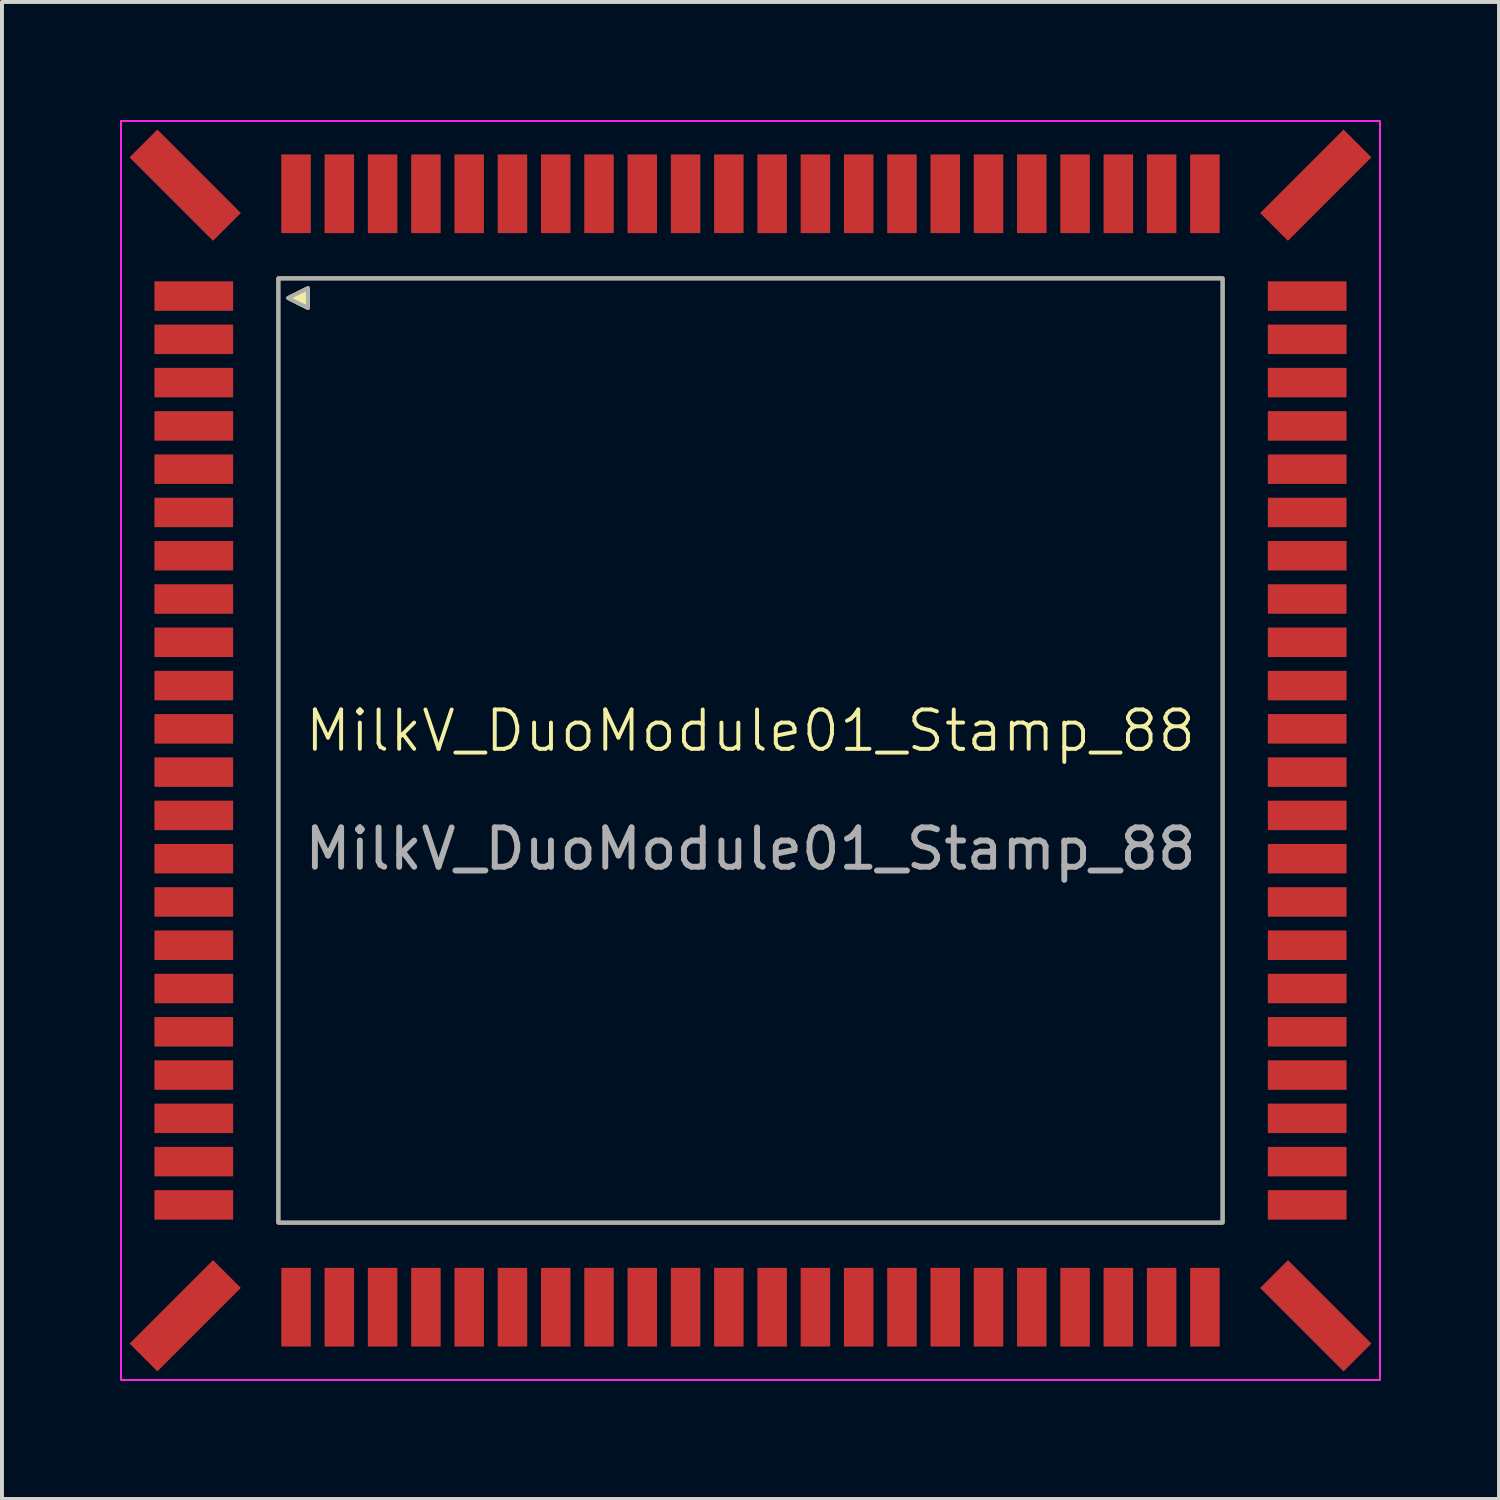
<source format=kicad_pcb>
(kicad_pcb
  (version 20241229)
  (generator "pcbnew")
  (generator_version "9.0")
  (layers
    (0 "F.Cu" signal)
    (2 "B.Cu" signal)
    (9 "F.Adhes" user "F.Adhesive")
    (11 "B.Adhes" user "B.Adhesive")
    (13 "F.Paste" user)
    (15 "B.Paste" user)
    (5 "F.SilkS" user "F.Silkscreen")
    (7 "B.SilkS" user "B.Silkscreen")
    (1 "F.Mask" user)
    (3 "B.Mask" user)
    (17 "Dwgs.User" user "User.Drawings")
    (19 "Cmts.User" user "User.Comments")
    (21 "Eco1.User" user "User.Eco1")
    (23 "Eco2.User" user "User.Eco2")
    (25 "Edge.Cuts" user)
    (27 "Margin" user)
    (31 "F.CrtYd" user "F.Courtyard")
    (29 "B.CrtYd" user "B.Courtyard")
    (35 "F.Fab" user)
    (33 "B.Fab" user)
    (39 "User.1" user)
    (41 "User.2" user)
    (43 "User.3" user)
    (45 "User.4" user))
  (footprint "MilkV_DuoModule01_Stamp_88"
    (layer "F.Cu")
    (at 16.025 16.025)
    (property "Reference" "MilkV_DuoModule01_Stamp_88" (at 0 -0.5 0) (unlocked yes) (layer "F.SilkS") (effects (font (size 1 1) (thickness 0.1))))
    (attr smd)
    (fp_rect (start -12 -12) (end 12 12) (stroke (width 0.1) (type default)) (fill no) (layer "F.SilkS"))
    (fp_poly (pts (xy -11.75 -11.5) (xy -11.25 -11.75) (xy -11.25 -11.25)) (stroke (width 0.1) (type solid)) (fill yes) (layer "F.SilkS"))
    (fp_rect (start -16 -16) (end 16 16) (stroke (width 0.05) (type default)) (fill no) (layer "F.CrtYd"))
    (fp_rect (start -12 -12) (end 12 12) (stroke (width 0.1) (type default)) (fill no) (layer "F.Fab"))
    (fp_poly (pts (xy -11.75 -11.5) (xy -11.25 -11.75) (xy -11.25 -11.25)) (stroke (width 0.1) (type solid)) (fill no) (layer "F.Fab"))
    (fp_text user "${REFERENCE}" (at 0 2.5 0) (unlocked yes) (layer "F.Fab") (effects (font (size 1 1) (thickness 0.15))))
    (pad "1" smd roundrect (at -14.15 -11.55) (size 2 0.75) (layers "F.Cu" "F.Mask" "F.Paste") (roundrect_rratio 0) (chamfer_ratio 0.2) (chamfer))
    (pad "2" smd rect (at -14.15 -10.45) (size 2 0.75) (layers "F.Cu" "F.Mask" "F.Paste"))
    (pad "3" smd rect (at -14.15 -9.35) (size 2 0.75) (layers "F.Cu" "F.Mask" "F.Paste"))
    (pad "4" smd rect (at -14.15 -8.25) (size 2 0.75) (layers "F.Cu" "F.Mask" "F.Paste"))
    (pad "5" smd rect (at -14.15 -7.15) (size 2 0.75) (layers "F.Cu" "F.Mask" "F.Paste"))
    (pad "6" smd rect (at -14.15 -6.05) (size 2 0.75) (layers "F.Cu" "F.Mask" "F.Paste"))
    (pad "7" smd rect (at -14.15 -4.95) (size 2 0.75) (layers "F.Cu" "F.Mask" "F.Paste"))
    (pad "8" smd rect (at -14.15 -3.85) (size 2 0.75) (layers "F.Cu" "F.Mask" "F.Paste"))
    (pad "9" smd rect (at -14.15 -2.75) (size 2 0.75) (layers "F.Cu" "F.Mask" "F.Paste"))
    (pad "10" smd rect (at -14.15 -1.65) (size 2 0.75) (layers "F.Cu" "F.Mask" "F.Paste"))
    (pad "11" smd rect (at -14.15 -0.55) (size 2 0.75) (layers "F.Cu" "F.Mask" "F.Paste"))
    (pad "12" smd rect (at -14.15 0.55) (size 2 0.75) (layers "F.Cu" "F.Mask" "F.Paste"))
    (pad "13" smd rect (at -14.15 1.65) (size 2 0.75) (layers "F.Cu" "F.Mask" "F.Paste"))
    (pad "14" smd rect (at -14.15 2.75) (size 2 0.75) (layers "F.Cu" "F.Mask" "F.Paste"))
    (pad "15" smd rect (at -14.15 3.85) (size 2 0.75) (layers "F.Cu" "F.Mask" "F.Paste"))
    (pad "16" smd rect (at -14.15 4.95) (size 2 0.75) (layers "F.Cu" "F.Mask" "F.Paste"))
    (pad "17" smd rect (at -14.15 6.05) (size 2 0.75) (layers "F.Cu" "F.Mask" "F.Paste"))
    (pad "18" smd rect (at -14.15 7.15) (size 2 0.75) (layers "F.Cu" "F.Mask" "F.Paste"))
    (pad "19" smd rect (at -14.15 8.25) (size 2 0.75) (layers "F.Cu" "F.Mask" "F.Paste"))
    (pad "20" smd rect (at -14.15 9.35) (size 2 0.75) (layers "F.Cu" "F.Mask" "F.Paste"))
    (pad "21" smd rect (at -14.15 10.45) (size 2 0.75) (layers "F.Cu" "F.Mask" "F.Paste"))
    (pad "22" smd rect (at -14.15 11.55) (size 2 0.75) (layers "F.Cu" "F.Mask" "F.Paste"))
    (pad "23" smd rect (at -11.55 14.15 90) (size 2 0.75) (layers "F.Cu" "F.Mask" "F.Paste"))
    (pad "24" smd rect (at -10.45 14.15 90) (size 2 0.75) (layers "F.Cu" "F.Mask" "F.Paste"))
    (pad "25" smd rect (at -9.35 14.15 90) (size 2 0.75) (layers "F.Cu" "F.Mask" "F.Paste"))
    (pad "26" smd rect (at -8.25 14.15 90) (size 2 0.75) (layers "F.Cu" "F.Mask" "F.Paste"))
    (pad "27" smd rect (at -7.15 14.15 90) (size 2 0.75) (layers "F.Cu" "F.Mask" "F.Paste"))
    (pad "28" smd rect (at -6.05 14.15 90) (size 2 0.75) (layers "F.Cu" "F.Mask" "F.Paste"))
    (pad "29" smd rect (at -4.95 14.15 90) (size 2 0.75) (layers "F.Cu" "F.Mask" "F.Paste"))
    (pad "30" smd rect (at -3.85 14.15 90) (size 2 0.75) (layers "F.Cu" "F.Mask" "F.Paste"))
    (pad "31" smd rect (at -2.75 14.15 90) (size 2 0.75) (layers "F.Cu" "F.Mask" "F.Paste"))
    (pad "32" smd rect (at -1.65 14.15 90) (size 2 0.75) (layers "F.Cu" "F.Mask" "F.Paste"))
    (pad "33" smd rect (at -0.55 14.15 90) (size 2 0.75) (layers "F.Cu" "F.Mask" "F.Paste"))
    (pad "34" smd rect (at 0.55 14.15 90) (size 2 0.75) (layers "F.Cu" "F.Mask" "F.Paste"))
    (pad "35" smd rect (at 1.65 14.15 90) (size 2 0.75) (layers "F.Cu" "F.Mask" "F.Paste"))
    (pad "36" smd rect (at 2.75 14.15 90) (size 2 0.75) (layers "F.Cu" "F.Mask" "F.Paste"))
    (pad "37" smd rect (at 3.85 14.15 90) (size 2 0.75) (layers "F.Cu" "F.Mask" "F.Paste"))
    (pad "38" smd rect (at 4.95 14.15 90) (size 2 0.75) (layers "F.Cu" "F.Mask" "F.Paste"))
    (pad "39" smd rect (at 6.05 14.15 90) (size 2 0.75) (layers "F.Cu" "F.Mask" "F.Paste"))
    (pad "40" smd rect (at 7.15 14.15 90) (size 2 0.75) (layers "F.Cu" "F.Mask" "F.Paste"))
    (pad "41" smd rect (at 8.25 14.15 90) (size 2 0.75) (layers "F.Cu" "F.Mask" "F.Paste"))
    (pad "42" smd rect (at 9.35 14.15 90) (size 2 0.75) (layers "F.Cu" "F.Mask" "F.Paste"))
    (pad "43" smd rect (at 10.45 14.15 90) (size 2 0.75) (layers "F.Cu" "F.Mask" "F.Paste"))
    (pad "44" smd rect (at 11.55 14.15 90) (size 2 0.75) (layers "F.Cu" "F.Mask" "F.Paste"))
    (pad "45" smd rect (at 14.15 11.55 180) (size 2 0.75) (layers "F.Cu" "F.Mask" "F.Paste"))
    (pad "46" smd rect (at 14.15 10.45 180) (size 2 0.75) (layers "F.Cu" "F.Mask" "F.Paste"))
    (pad "47" smd rect (at 14.15 9.35 180) (size 2 0.75) (layers "F.Cu" "F.Mask" "F.Paste"))
    (pad "48" smd rect (at 14.15 8.25 180) (size 2 0.75) (layers "F.Cu" "F.Mask" "F.Paste"))
    (pad "49" smd rect (at 14.15 7.15 180) (size 2 0.75) (layers "F.Cu" "F.Mask" "F.Paste"))
    (pad "50" smd rect (at 14.15 6.05 180) (size 2 0.75) (layers "F.Cu" "F.Mask" "F.Paste"))
    (pad "51" smd rect (at 14.15 4.95 180) (size 2 0.75) (layers "F.Cu" "F.Mask" "F.Paste"))
    (pad "52" smd rect (at 14.15 3.85 180) (size 2 0.75) (layers "F.Cu" "F.Mask" "F.Paste"))
    (pad "53" smd rect (at 14.15 2.75 180) (size 2 0.75) (layers "F.Cu" "F.Mask" "F.Paste"))
    (pad "54" smd rect (at 14.15 1.65 180) (size 2 0.75) (layers "F.Cu" "F.Mask" "F.Paste"))
    (pad "55" smd rect (at 14.15 0.55 180) (size 2 0.75) (layers "F.Cu" "F.Mask" "F.Paste"))
    (pad "56" smd rect (at 14.15 -0.55 180) (size 2 0.75) (layers "F.Cu" "F.Mask" "F.Paste"))
    (pad "57" smd rect (at 14.15 -1.65 180) (size 2 0.75) (layers "F.Cu" "F.Mask" "F.Paste"))
    (pad "58" smd rect (at 14.15 -2.75 180) (size 2 0.75) (layers "F.Cu" "F.Mask" "F.Paste"))
    (pad "59" smd rect (at 14.15 -3.85 180) (size 2 0.75) (layers "F.Cu" "F.Mask" "F.Paste"))
    (pad "60" smd rect (at 14.15 -4.95 180) (size 2 0.75) (layers "F.Cu" "F.Mask" "F.Paste"))
    (pad "61" smd rect (at 14.15 -6.05 180) (size 2 0.75) (layers "F.Cu" "F.Mask" "F.Paste"))
    (pad "62" smd rect (at 14.15 -7.15 180) (size 2 0.75) (layers "F.Cu" "F.Mask" "F.Paste"))
    (pad "63" smd rect (at 14.15 -8.25 180) (size 2 0.75) (layers "F.Cu" "F.Mask" "F.Paste"))
    (pad "64" smd rect (at 14.15 -9.35 180) (size 2 0.75) (layers "F.Cu" "F.Mask" "F.Paste"))
    (pad "65" smd rect (at 14.15 -10.45 180) (size 2 0.75) (layers "F.Cu" "F.Mask" "F.Paste"))
    (pad "66" smd rect (at 14.15 -11.55 180) (size 2 0.75) (layers "F.Cu" "F.Mask" "F.Paste"))
    (pad "67" smd rect (at 11.55 -14.15 270) (size 2 0.75) (layers "F.Cu" "F.Mask" "F.Paste"))
    (pad "68" smd rect (at 10.45 -14.15 270) (size 2 0.75) (layers "F.Cu" "F.Mask" "F.Paste"))
    (pad "69" smd rect (at 9.35 -14.15 270) (size 2 0.75) (layers "F.Cu" "F.Mask" "F.Paste"))
    (pad "70" smd rect (at 8.25 -14.15 270) (size 2 0.75) (layers "F.Cu" "F.Mask" "F.Paste"))
    (pad "71" smd rect (at 7.15 -14.15 270) (size 2 0.75) (layers "F.Cu" "F.Mask" "F.Paste"))
    (pad "72" smd rect (at 6.05 -14.15 270) (size 2 0.75) (layers "F.Cu" "F.Mask" "F.Paste"))
    (pad "73" smd rect (at 4.95 -14.15 270) (size 2 0.75) (layers "F.Cu" "F.Mask" "F.Paste"))
    (pad "74" smd rect (at 3.85 -14.15 270) (size 2 0.75) (layers "F.Cu" "F.Mask" "F.Paste"))
    (pad "75" smd rect (at 2.75 -14.15 270) (size 2 0.75) (layers "F.Cu" "F.Mask" "F.Paste"))
    (pad "76" smd rect (at 1.65 -14.15 270) (size 2 0.75) (layers "F.Cu" "F.Mask" "F.Paste"))
    (pad "77" smd rect (at 0.55 -14.15 270) (size 2 0.75) (layers "F.Cu" "F.Mask" "F.Paste"))
    (pad "78" smd rect (at -0.55 -14.15 270) (size 2 0.75) (layers "F.Cu" "F.Mask" "F.Paste"))
    (pad "79" smd rect (at -1.65 -14.15 270) (size 2 0.75) (layers "F.Cu" "F.Mask" "F.Paste"))
    (pad "80" smd rect (at -2.75 -14.15 270) (size 2 0.75) (layers "F.Cu" "F.Mask" "F.Paste"))
    (pad "81" smd rect (at -3.85 -14.15 270) (size 2 0.75) (layers "F.Cu" "F.Mask" "F.Paste"))
    (pad "82" smd rect (at -4.95 -14.15 270) (size 2 0.75) (layers "F.Cu" "F.Mask" "F.Paste"))
    (pad "83" smd rect (at -6.05 -14.15 270) (size 2 0.75) (layers "F.Cu" "F.Mask" "F.Paste"))
    (pad "84" smd rect (at -7.15 -14.15 270) (size 2 0.75) (layers "F.Cu" "F.Mask" "F.Paste"))
    (pad "85" smd rect (at -8.25 -14.15 270) (size 2 0.75) (layers "F.Cu" "F.Mask" "F.Paste"))
    (pad "86" smd rect (at -9.35 -14.15 270) (size 2 0.75) (layers "F.Cu" "F.Mask" "F.Paste"))
    (pad "87" smd rect (at -10.45 -14.15 270) (size 2 0.75) (layers "F.Cu" "F.Mask" "F.Paste"))
    (pad "88" smd rect (at -11.55 -14.15 270) (size 2 0.75) (layers "F.Cu" "F.Mask" "F.Paste"))
    (pad "89" smd rect (at -14.368 -14.368 315) (size 3 1) (layers "F.Cu" "F.Mask" "F.Paste"))
    (pad "89" smd rect (at -14.368 14.368 45) (size 3 1) (layers "F.Cu" "F.Mask" "F.Paste"))
    (pad "89" smd rect (at 14.368 -14.368 45) (size 3 1) (layers "F.Cu" "F.Mask" "F.Paste"))
    (pad "89" smd rect (at 14.368 14.368 135) (size 3 1) (layers "F.Cu" "F.Mask" "F.Paste")))
  (gr_rect
    (start -3 -3)
    (end 35.05 35.05)
    (stroke (width 0.1) (type default))
    (fill no)
    (layer "Edge.Cuts")))
</source>
